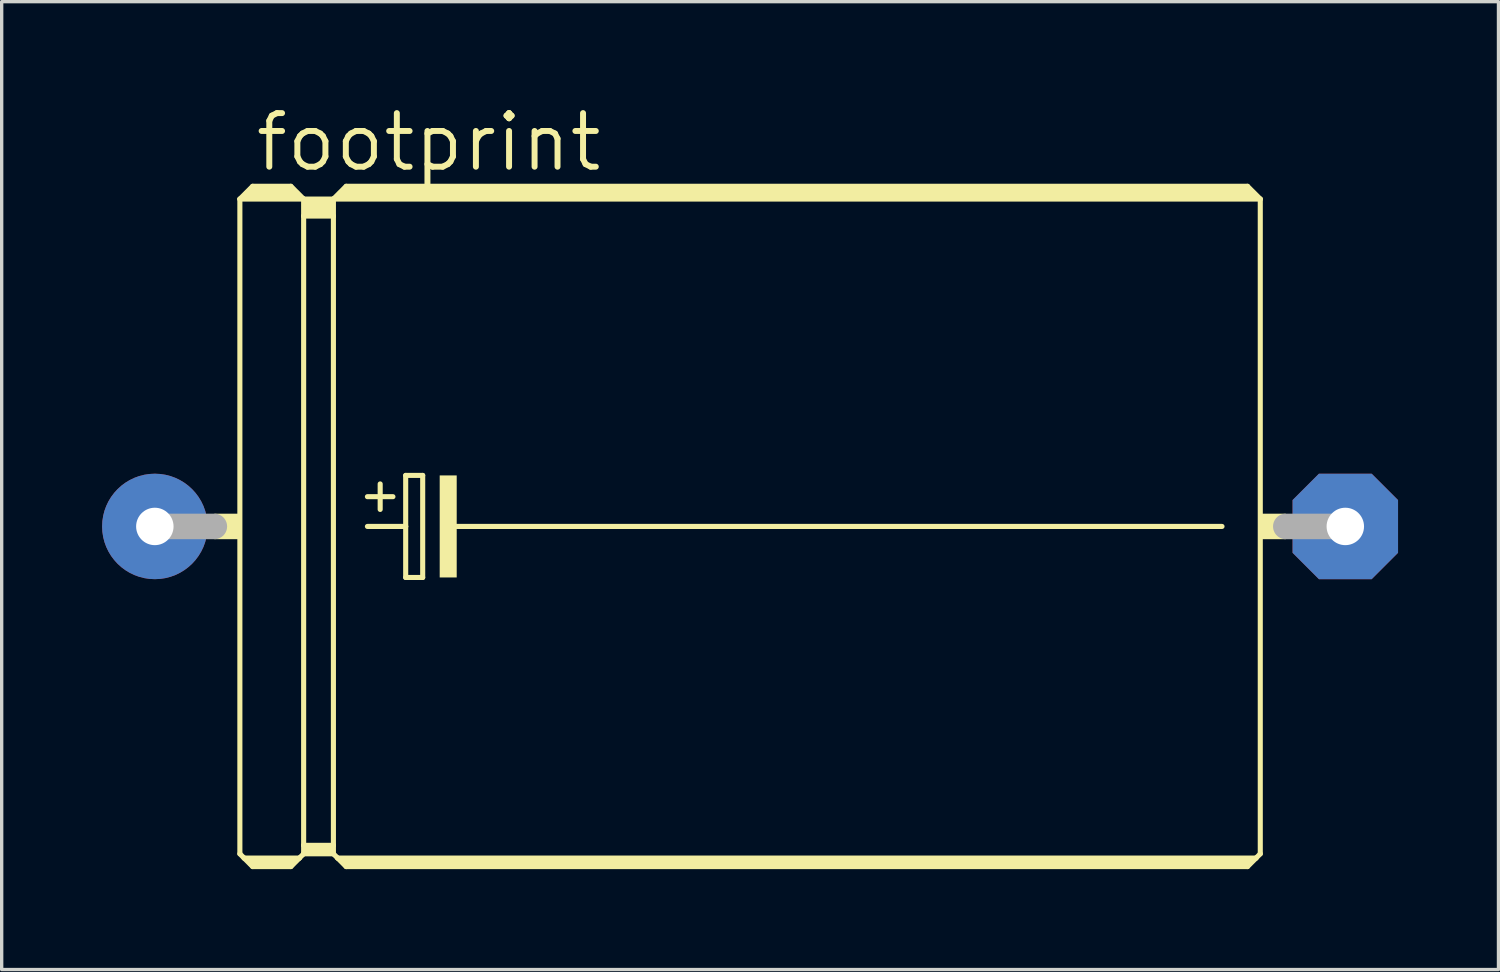
<source format=kicad_pcb>
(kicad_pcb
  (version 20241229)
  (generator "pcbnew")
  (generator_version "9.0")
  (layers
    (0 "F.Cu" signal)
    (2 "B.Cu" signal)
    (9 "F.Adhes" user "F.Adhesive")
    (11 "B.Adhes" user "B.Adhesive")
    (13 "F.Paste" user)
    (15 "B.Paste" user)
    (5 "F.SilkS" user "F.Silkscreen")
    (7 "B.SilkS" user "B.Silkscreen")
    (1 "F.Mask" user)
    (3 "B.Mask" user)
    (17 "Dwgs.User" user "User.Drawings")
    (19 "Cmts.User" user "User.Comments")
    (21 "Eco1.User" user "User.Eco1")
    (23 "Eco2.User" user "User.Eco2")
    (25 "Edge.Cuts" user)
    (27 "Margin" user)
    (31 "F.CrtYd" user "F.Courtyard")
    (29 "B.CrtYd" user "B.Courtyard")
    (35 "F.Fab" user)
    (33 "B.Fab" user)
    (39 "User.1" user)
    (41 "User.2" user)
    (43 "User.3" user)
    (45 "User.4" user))
  (footprint "footprint"
    (layer "F.Cu")
    (at 19.355 12.675)
    (property "Reference" "footprint" (at -14.859 -10.541 0) (layer "F.SilkS") (effects (font (size 1.6 1.6) (thickness 0.178)) (justify left bottom)))
    (fp_line (start -15.24 -9.779) (end -15.24 9.779) (stroke (width 0.152) (type solid)) (layer "F.SilkS"))
    (fp_line (start -15.24 -9.779) (end -14.859 -10.16) (stroke (width 0.152) (type solid)) (layer "F.SilkS"))
    (fp_line (start -15.24 -9.779) (end -13.335 -9.779) (stroke (width 0.152) (type solid)) (layer "F.SilkS"))
    (fp_line (start -15.24 9.779) (end -15.113 9.906) (stroke (width 0.152) (type solid)) (layer "F.SilkS"))
    (fp_line (start -15.113 9.906) (end -14.859 10.16) (stroke (width 0.152) (type solid)) (layer "F.SilkS"))
    (fp_line (start -15.113 9.906) (end -13.462 9.906) (stroke (width 0.152) (type solid)) (layer "F.SilkS"))
    (fp_line (start -14.986 -9.906) (end -13.589 -9.906) (stroke (width 0.305) (type solid)) (layer "F.SilkS"))
    (fp_line (start -14.859 -10.16) (end -13.716 -10.16) (stroke (width 0.152) (type solid)) (layer "F.SilkS"))
    (fp_line (start -14.859 -10.033) (end -13.716 -10.033) (stroke (width 0.305) (type solid)) (layer "F.SilkS"))
    (fp_line (start -14.859 10.033) (end -13.716 10.033) (stroke (width 0.305) (type solid)) (layer "F.SilkS"))
    (fp_line (start -14.859 10.16) (end -13.716 10.16) (stroke (width 0.152) (type solid)) (layer "F.SilkS"))
    (fp_line (start -13.462 9.906) (end -13.716 10.16) (stroke (width 0.152) (type solid)) (layer "F.SilkS"))
    (fp_line (start -13.335 -9.779) (end -13.716 -10.16) (stroke (width 0.152) (type solid)) (layer "F.SilkS"))
    (fp_line (start -13.335 -9.779) (end -13.335 -9.271) (stroke (width 0.152) (type solid)) (layer "F.SilkS"))
    (fp_line (start -13.335 -9.779) (end -12.446 -9.779) (stroke (width 0.152) (type solid)) (layer "F.SilkS"))
    (fp_line (start -13.335 -9.271) (end -13.335 9.525) (stroke (width 0.152) (type solid)) (layer "F.SilkS"))
    (fp_line (start -13.335 -9.271) (end -12.446 -9.271) (stroke (width 0.152) (type solid)) (layer "F.SilkS"))
    (fp_line (start -13.335 9.525) (end -13.335 9.779) (stroke (width 0.152) (type solid)) (layer "F.SilkS"))
    (fp_line (start -13.335 9.525) (end -12.446 9.525) (stroke (width 0.152) (type solid)) (layer "F.SilkS"))
    (fp_line (start -13.335 9.779) (end -13.462 9.906) (stroke (width 0.152) (type solid)) (layer "F.SilkS"))
    (fp_line (start -13.335 9.779) (end -12.446 9.779) (stroke (width 0.152) (type solid)) (layer "F.SilkS"))
    (fp_line (start -13.208 -9.652) (end -12.573 -9.652) (stroke (width 0.305) (type solid)) (layer "F.SilkS"))
    (fp_line (start -13.208 -9.398) (end -12.573 -9.398) (stroke (width 0.305) (type solid)) (layer "F.SilkS"))
    (fp_line (start -13.208 9.652) (end -12.573 9.652) (stroke (width 0.305) (type solid)) (layer "F.SilkS"))
    (fp_line (start -12.446 -9.779) (end -12.446 -9.271) (stroke (width 0.152) (type solid)) (layer "F.SilkS"))
    (fp_line (start -12.446 -9.779) (end -12.065 -10.16) (stroke (width 0.152) (type solid)) (layer "F.SilkS"))
    (fp_line (start -12.446 -9.779) (end 15.24 -9.779) (stroke (width 0.152) (type solid)) (layer "F.SilkS"))
    (fp_line (start -12.446 -9.271) (end -12.446 9.525) (stroke (width 0.152) (type solid)) (layer "F.SilkS"))
    (fp_line (start -12.446 9.525) (end -12.446 9.779) (stroke (width 0.152) (type solid)) (layer "F.SilkS"))
    (fp_line (start -12.319 9.906) (end -12.446 9.779) (stroke (width 0.152) (type solid)) (layer "F.SilkS"))
    (fp_line (start -12.319 9.906) (end 15.113 9.906) (stroke (width 0.152) (type solid)) (layer "F.SilkS"))
    (fp_line (start -12.192 -9.906) (end 14.986 -9.906) (stroke (width 0.305) (type solid)) (layer "F.SilkS"))
    (fp_line (start -12.065 -10.033) (end 14.859 -10.033) (stroke (width 0.305) (type solid)) (layer "F.SilkS"))
    (fp_line (start -12.065 10.033) (end 14.859 10.033) (stroke (width 0.305) (type solid)) (layer "F.SilkS"))
    (fp_line (start -12.065 10.16) (end -12.319 9.906) (stroke (width 0.152) (type solid)) (layer "F.SilkS"))
    (fp_line (start -11.43 -0.889) (end -10.668 -0.889) (stroke (width 0.152) (type solid)) (layer "F.SilkS"))
    (fp_line (start -11.43 0) (end -10.287 0) (stroke (width 0.152) (type solid)) (layer "F.SilkS"))
    (fp_line (start -11.049 -1.27) (end -11.049 -0.508) (stroke (width 0.152) (type solid)) (layer "F.SilkS"))
    (fp_line (start -10.287 -1.524) (end -10.287 0) (stroke (width 0.152) (type solid)) (layer "F.SilkS"))
    (fp_line (start -10.287 0) (end -10.287 1.524) (stroke (width 0.152) (type solid)) (layer "F.SilkS"))
    (fp_line (start -10.287 1.524) (end -9.779 1.524) (stroke (width 0.152) (type solid)) (layer "F.SilkS"))
    (fp_line (start -9.779 -1.524) (end -10.287 -1.524) (stroke (width 0.152) (type solid)) (layer "F.SilkS"))
    (fp_line (start -9.779 1.524) (end -9.779 -1.524) (stroke (width 0.152) (type solid)) (layer "F.SilkS"))
    (fp_line (start -8.89 0) (end 14.097 0) (stroke (width 0.152) (type solid)) (layer "F.SilkS"))
    (fp_line (start 14.859 -10.16) (end -12.065 -10.16) (stroke (width 0.152) (type solid)) (layer "F.SilkS"))
    (fp_line (start 14.859 10.16) (end -12.065 10.16) (stroke (width 0.152) (type solid)) (layer "F.SilkS"))
    (fp_line (start 15.113 9.906) (end 14.859 10.16) (stroke (width 0.152) (type solid)) (layer "F.SilkS"))
    (fp_line (start 15.24 -9.779) (end 14.859 -10.16) (stroke (width 0.152) (type solid)) (layer "F.SilkS"))
    (fp_line (start 15.24 -9.779) (end 15.24 9.779) (stroke (width 0.152) (type solid)) (layer "F.SilkS"))
    (fp_line (start 15.24 9.779) (end 15.113 9.906) (stroke (width 0.152) (type solid)) (layer "F.SilkS"))
    (fp_poly (pts (xy -16.002 0.381) (xy -15.24 0.381) (xy -15.24 -0.381) (xy -16.002 -0.381)) (stroke (width 0) (type solid)) (fill yes) (layer "F.SilkS"))
    (fp_poly (pts (xy -9.271 1.524) (xy -8.763 1.524) (xy -8.763 -1.524) (xy -9.271 -1.524)) (stroke (width 0) (type solid)) (fill yes) (layer "F.SilkS"))
    (fp_poly (pts (xy 15.24 0.381) (xy 16.002 0.381) (xy 16.002 -0.381) (xy 15.24 -0.381)) (stroke (width 0) (type solid)) (fill yes) (layer "F.SilkS"))
    (fp_line (start -17.78 0) (end -16.002 0) (stroke (width 0.762) (type solid)) (layer "F.Fab"))
    (fp_line (start 17.78 0) (end 16.002 0) (stroke (width 0.762) (type solid)) (layer "F.Fab"))
    (pad "+" thru_hole circle (at -17.78 0) (size 3.15 3.15) (drill 1.118) (layers "*.Cu" "*.Mask"))
    (pad "-" thru_hole roundrect (at 17.78 0) (size 3.15 3.15) (drill 1.118) (layers "*.Cu" "*.Mask") (roundrect_rratio 0.25) (chamfer_ratio 0.25) (chamfer top_left top_right bottom_left bottom_right)))
  (gr_rect
    (start -3 -3)
    (end 41.71 25.911)
    (stroke (width 0.1) (type default))
    (fill no)
    (layer "Edge.Cuts")))
</source>
